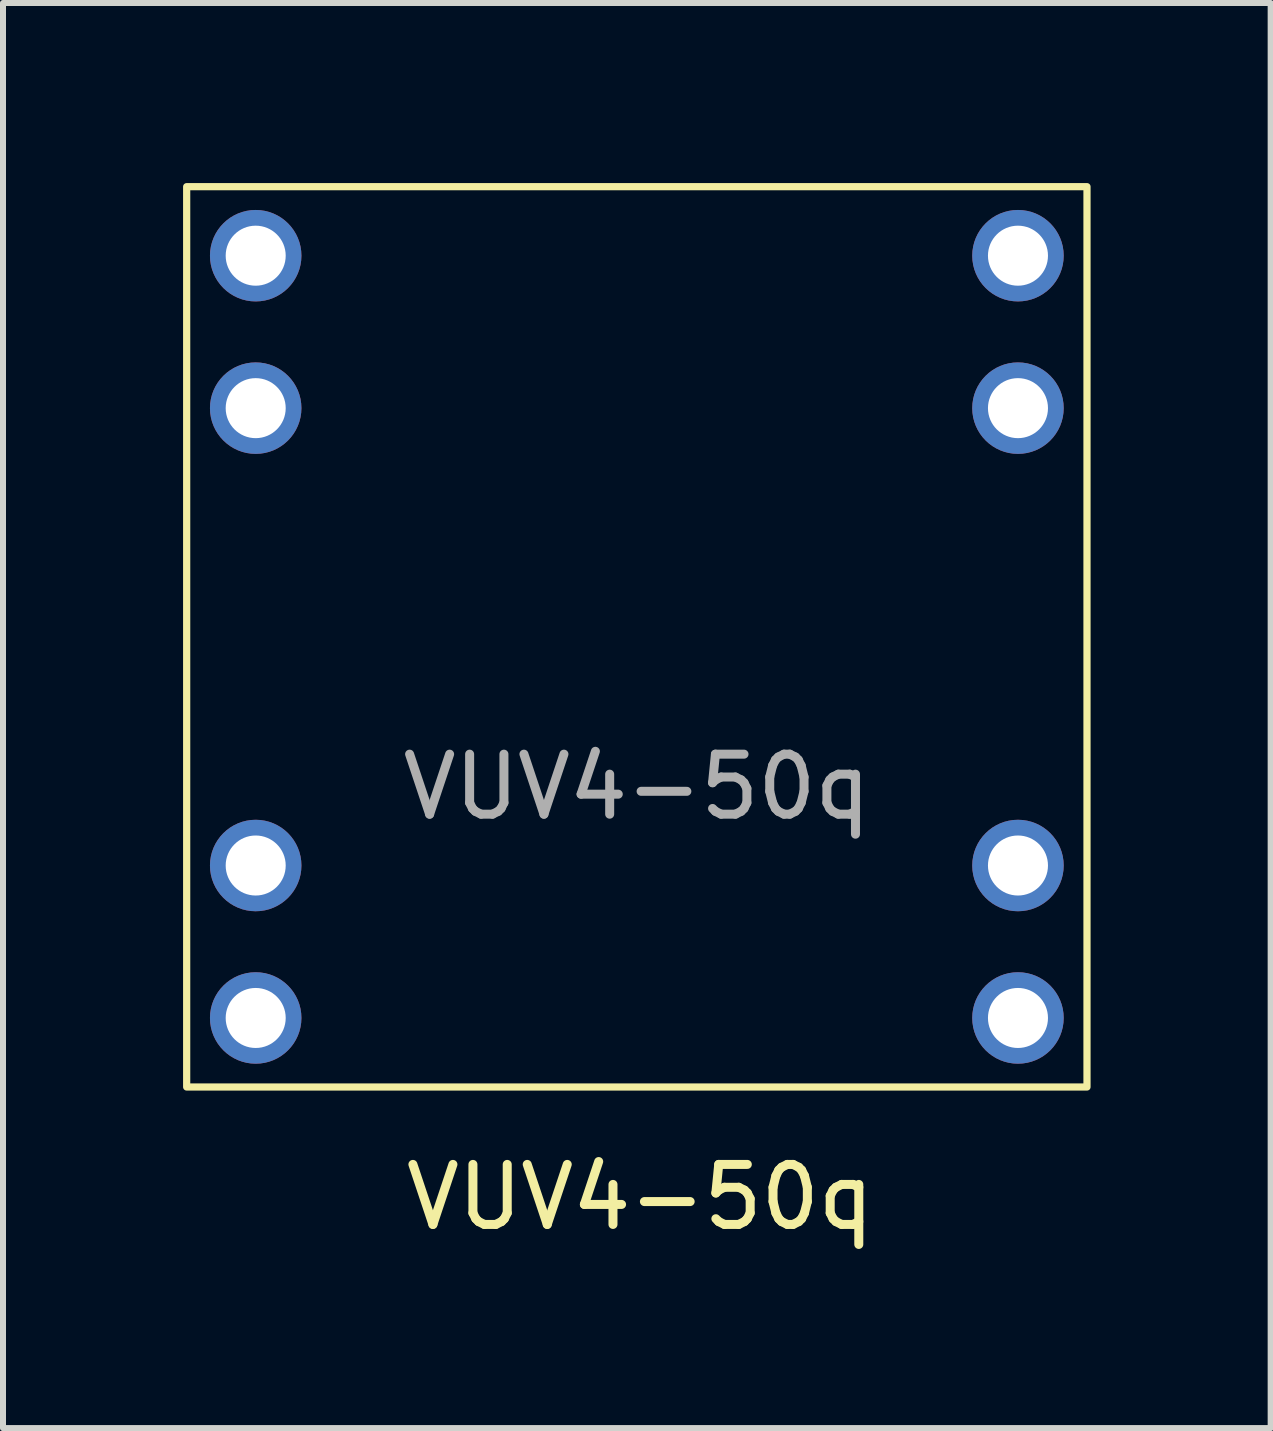
<source format=kicad_pcb>
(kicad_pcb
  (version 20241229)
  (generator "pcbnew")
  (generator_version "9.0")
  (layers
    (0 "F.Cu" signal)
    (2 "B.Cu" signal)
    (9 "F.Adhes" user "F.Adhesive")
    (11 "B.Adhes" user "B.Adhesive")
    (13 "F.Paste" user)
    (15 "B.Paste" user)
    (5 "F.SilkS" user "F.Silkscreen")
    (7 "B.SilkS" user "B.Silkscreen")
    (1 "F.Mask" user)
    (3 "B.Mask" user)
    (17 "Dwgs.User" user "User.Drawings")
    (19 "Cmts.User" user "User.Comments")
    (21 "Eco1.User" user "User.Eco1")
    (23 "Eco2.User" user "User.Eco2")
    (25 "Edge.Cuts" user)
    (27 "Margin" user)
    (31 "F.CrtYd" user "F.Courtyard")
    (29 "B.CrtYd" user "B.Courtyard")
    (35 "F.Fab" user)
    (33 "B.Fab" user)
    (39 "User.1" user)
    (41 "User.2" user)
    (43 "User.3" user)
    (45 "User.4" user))
  (footprint "VUV4-50q"
    (layer "F.Cu")
    (at 7.56 7.56)
    (property "Reference" "VUV4-50q" (at 0.055 9.335 0) (unlocked yes) (layer "F.SilkS") (effects (font (size 1 1) (thickness 0.15))))
    (attr through_hole)
    (fp_rect (start -7.5 -7.5) (end 7.5 7.5) (stroke (width 0.12) (type solid)) (fill no) (layer "F.SilkS"))
    (fp_text user "${REFERENCE}" (at 0 2.5 0) (unlocked yes) (layer "F.Fab") (effects (font (size 1 1) (thickness 0.15))))
    (pad "1" thru_hole circle (at 6.35 -6.35) (size 1.524 1.524) (drill 1) (layers "*.Cu" "*.Mask"))
    (pad "2" thru_hole circle (at 6.35 3.81) (size 1.524 1.524) (drill 1) (layers "*.Cu" "*.Mask"))
    (pad "3" thru_hole circle (at -6.35 6.35) (size 1.524 1.524) (drill 1) (layers "*.Cu" "*.Mask"))
    (pad "4" thru_hole circle (at -6.35 -3.81) (size 1.524 1.524) (drill 1) (layers "*.Cu" "*.Mask"))
    (pad "5" thru_hole circle (at 6.35 -3.81) (size 1.524 1.524) (drill 1) (layers "*.Cu" "*.Mask"))
    (pad "6" thru_hole circle (at 6.35 6.35) (size 1.524 1.524) (drill 1) (layers "*.Cu" "*.Mask"))
    (pad "7" thru_hole circle (at -6.35 3.81) (size 1.524 1.524) (drill 1) (layers "*.Cu" "*.Mask"))
    (pad "8" thru_hole circle (at -6.35 -6.35) (size 1.524 1.524) (drill 1) (layers "*.Cu" "*.Mask")))
  (gr_rect
    (start -3 -3)
    (end 18.12 20.743)
    (stroke (width 0.1) (type default))
    (fill no)
    (layer "Edge.Cuts")))
</source>
